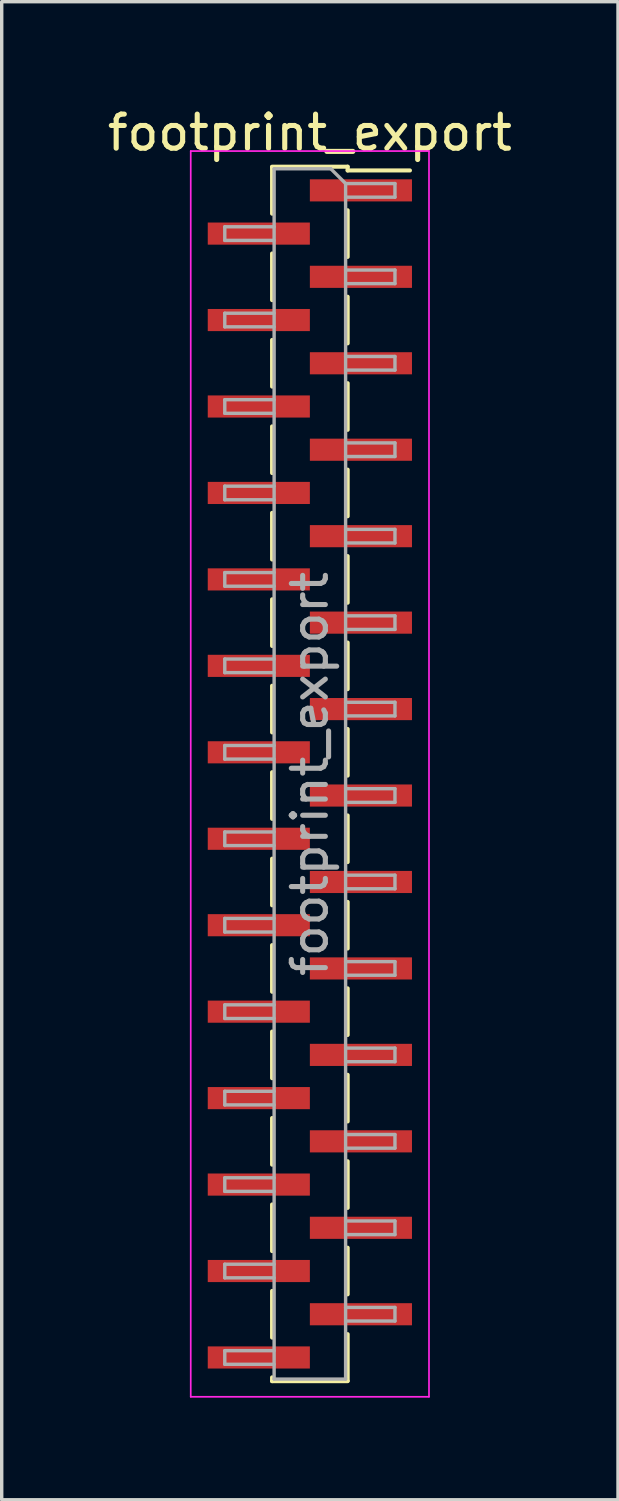
<source format=kicad_pcb>
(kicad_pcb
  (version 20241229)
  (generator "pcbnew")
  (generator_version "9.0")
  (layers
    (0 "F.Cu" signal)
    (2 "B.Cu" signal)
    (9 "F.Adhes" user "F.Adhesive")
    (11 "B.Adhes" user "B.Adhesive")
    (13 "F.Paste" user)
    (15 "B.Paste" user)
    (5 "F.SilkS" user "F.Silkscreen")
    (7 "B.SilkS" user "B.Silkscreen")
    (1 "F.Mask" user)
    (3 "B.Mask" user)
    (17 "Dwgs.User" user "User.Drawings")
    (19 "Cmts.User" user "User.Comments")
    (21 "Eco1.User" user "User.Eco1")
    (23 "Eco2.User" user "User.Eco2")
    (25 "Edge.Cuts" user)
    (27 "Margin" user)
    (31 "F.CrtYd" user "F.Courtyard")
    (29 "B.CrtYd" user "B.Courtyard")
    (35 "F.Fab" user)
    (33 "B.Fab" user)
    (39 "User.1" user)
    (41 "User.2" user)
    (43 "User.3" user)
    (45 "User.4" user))
  (footprint "footprint_export"
    (layer "F.Cu")
    (at 6.054 19.688)
    (property "Reference" "footprint_export" (at 0 -18.84 0) (layer "F.SilkS") (effects (font (size 1 1) (thickness 0.15))))
    (attr smd)
    (fp_line (start -1.11 -17.84) (end 1.11 -17.84) (stroke (width 0.12) (type solid)) (layer "F.SilkS"))
    (fp_line (start -1.11 -17.83) (end -1.11 -16.46) (stroke (width 0.12) (type solid)) (layer "F.SilkS"))
    (fp_line (start -1.11 -15.29) (end -1.11 -13.92) (stroke (width 0.12) (type solid)) (layer "F.SilkS"))
    (fp_line (start -1.11 -12.75) (end -1.11 -11.38) (stroke (width 0.12) (type solid)) (layer "F.SilkS"))
    (fp_line (start -1.11 -10.21) (end -1.11 -8.84) (stroke (width 0.12) (type solid)) (layer "F.SilkS"))
    (fp_line (start -1.11 -7.67) (end -1.11 -6.3) (stroke (width 0.12) (type solid)) (layer "F.SilkS"))
    (fp_line (start -1.11 -5.13) (end -1.11 -3.76) (stroke (width 0.12) (type solid)) (layer "F.SilkS"))
    (fp_line (start -1.11 -2.59) (end -1.11 -1.22) (stroke (width 0.12) (type solid)) (layer "F.SilkS"))
    (fp_line (start -1.11 -0.05) (end -1.11 1.32) (stroke (width 0.12) (type solid)) (layer "F.SilkS"))
    (fp_line (start -1.11 2.49) (end -1.11 3.86) (stroke (width 0.12) (type solid)) (layer "F.SilkS"))
    (fp_line (start -1.11 5.03) (end -1.11 6.4) (stroke (width 0.12) (type solid)) (layer "F.SilkS"))
    (fp_line (start -1.11 7.57) (end -1.11 8.94) (stroke (width 0.12) (type solid)) (layer "F.SilkS"))
    (fp_line (start -1.11 10.11) (end -1.11 11.48) (stroke (width 0.12) (type solid)) (layer "F.SilkS"))
    (fp_line (start -1.11 12.65) (end -1.11 14.02) (stroke (width 0.12) (type solid)) (layer "F.SilkS"))
    (fp_line (start -1.11 15.19) (end -1.11 16.56) (stroke (width 0.12) (type solid)) (layer "F.SilkS"))
    (fp_line (start -1.11 17.73) (end -1.11 17.84) (stroke (width 0.12) (type solid)) (layer "F.SilkS"))
    (fp_line (start -1.11 17.84) (end 1.11 17.84) (stroke (width 0.12) (type solid)) (layer "F.SilkS"))
    (fp_line (start 1.11 -17.84) (end 1.11 -17.73) (stroke (width 0.12) (type solid)) (layer "F.SilkS"))
    (fp_line (start 1.11 -17.73) (end 2.94 -17.73) (stroke (width 0.12) (type solid)) (layer "F.SilkS"))
    (fp_line (start 1.11 -16.56) (end 1.11 -15.19) (stroke (width 0.12) (type solid)) (layer "F.SilkS"))
    (fp_line (start 1.11 -14.02) (end 1.11 -12.65) (stroke (width 0.12) (type solid)) (layer "F.SilkS"))
    (fp_line (start 1.11 -11.48) (end 1.11 -10.11) (stroke (width 0.12) (type solid)) (layer "F.SilkS"))
    (fp_line (start 1.11 -8.94) (end 1.11 -7.57) (stroke (width 0.12) (type solid)) (layer "F.SilkS"))
    (fp_line (start 1.11 -6.4) (end 1.11 -5.03) (stroke (width 0.12) (type solid)) (layer "F.SilkS"))
    (fp_line (start 1.11 -3.86) (end 1.11 -2.49) (stroke (width 0.12) (type solid)) (layer "F.SilkS"))
    (fp_line (start 1.11 -1.32) (end 1.11 0.05) (stroke (width 0.12) (type solid)) (layer "F.SilkS"))
    (fp_line (start 1.11 1.22) (end 1.11 2.59) (stroke (width 0.12) (type solid)) (layer "F.SilkS"))
    (fp_line (start 1.11 3.76) (end 1.11 5.13) (stroke (width 0.12) (type solid)) (layer "F.SilkS"))
    (fp_line (start 1.11 6.3) (end 1.11 7.67) (stroke (width 0.12) (type solid)) (layer "F.SilkS"))
    (fp_line (start 1.11 8.84) (end 1.11 10.21) (stroke (width 0.12) (type solid)) (layer "F.SilkS"))
    (fp_line (start 1.11 11.38) (end 1.11 12.75) (stroke (width 0.12) (type solid)) (layer "F.SilkS"))
    (fp_line (start 1.11 13.92) (end 1.11 15.29) (stroke (width 0.12) (type solid)) (layer "F.SilkS"))
    (fp_line (start 1.11 16.46) (end 1.11 17.83) (stroke (width 0.12) (type solid)) (layer "F.SilkS"))
    (fp_line (start -3.5 -18.3) (end -3.5 18.3) (stroke (width 0.05) (type solid)) (layer "F.CrtYd"))
    (fp_line (start -3.5 18.3) (end 3.5 18.3) (stroke (width 0.05) (type solid)) (layer "F.CrtYd"))
    (fp_line (start 3.5 -18.3) (end -3.5 -18.3) (stroke (width 0.05) (type solid)) (layer "F.CrtYd"))
    (fp_line (start 3.5 18.3) (end 3.5 -18.3) (stroke (width 0.05) (type solid)) (layer "F.CrtYd"))
    (fp_line (start -2.5 -16.075) (end -2.5 -15.675) (stroke (width 0.1) (type solid)) (layer "F.Fab"))
    (fp_line (start -2.5 -15.675) (end -1.05 -15.675) (stroke (width 0.1) (type solid)) (layer "F.Fab"))
    (fp_line (start -2.5 -13.535) (end -2.5 -13.135) (stroke (width 0.1) (type solid)) (layer "F.Fab"))
    (fp_line (start -2.5 -13.135) (end -1.05 -13.135) (stroke (width 0.1) (type solid)) (layer "F.Fab"))
    (fp_line (start -2.5 -10.995) (end -2.5 -10.595) (stroke (width 0.1) (type solid)) (layer "F.Fab"))
    (fp_line (start -2.5 -10.595) (end -1.05 -10.595) (stroke (width 0.1) (type solid)) (layer "F.Fab"))
    (fp_line (start -2.5 -8.455) (end -2.5 -8.055) (stroke (width 0.1) (type solid)) (layer "F.Fab"))
    (fp_line (start -2.5 -8.055) (end -1.05 -8.055) (stroke (width 0.1) (type solid)) (layer "F.Fab"))
    (fp_line (start -2.5 -5.915) (end -2.5 -5.515) (stroke (width 0.1) (type solid)) (layer "F.Fab"))
    (fp_line (start -2.5 -5.515) (end -1.05 -5.515) (stroke (width 0.1) (type solid)) (layer "F.Fab"))
    (fp_line (start -2.5 -3.375) (end -2.5 -2.975) (stroke (width 0.1) (type solid)) (layer "F.Fab"))
    (fp_line (start -2.5 -2.975) (end -1.05 -2.975) (stroke (width 0.1) (type solid)) (layer "F.Fab"))
    (fp_line (start -2.5 -0.835) (end -2.5 -0.435) (stroke (width 0.1) (type solid)) (layer "F.Fab"))
    (fp_line (start -2.5 -0.435) (end -1.05 -0.435) (stroke (width 0.1) (type solid)) (layer "F.Fab"))
    (fp_line (start -2.5 1.705) (end -2.5 2.105) (stroke (width 0.1) (type solid)) (layer "F.Fab"))
    (fp_line (start -2.5 2.105) (end -1.05 2.105) (stroke (width 0.1) (type solid)) (layer "F.Fab"))
    (fp_line (start -2.5 4.245) (end -2.5 4.645) (stroke (width 0.1) (type solid)) (layer "F.Fab"))
    (fp_line (start -2.5 4.645) (end -1.05 4.645) (stroke (width 0.1) (type solid)) (layer "F.Fab"))
    (fp_line (start -2.5 6.785) (end -2.5 7.185) (stroke (width 0.1) (type solid)) (layer "F.Fab"))
    (fp_line (start -2.5 7.185) (end -1.05 7.185) (stroke (width 0.1) (type solid)) (layer "F.Fab"))
    (fp_line (start -2.5 9.325) (end -2.5 9.725) (stroke (width 0.1) (type solid)) (layer "F.Fab"))
    (fp_line (start -2.5 9.725) (end -1.05 9.725) (stroke (width 0.1) (type solid)) (layer "F.Fab"))
    (fp_line (start -2.5 11.865) (end -2.5 12.265) (stroke (width 0.1) (type solid)) (layer "F.Fab"))
    (fp_line (start -2.5 12.265) (end -1.05 12.265) (stroke (width 0.1) (type solid)) (layer "F.Fab"))
    (fp_line (start -2.5 14.405) (end -2.5 14.805) (stroke (width 0.1) (type solid)) (layer "F.Fab"))
    (fp_line (start -2.5 14.805) (end -1.05 14.805) (stroke (width 0.1) (type solid)) (layer "F.Fab"))
    (fp_line (start -2.5 16.945) (end -2.5 17.345) (stroke (width 0.1) (type solid)) (layer "F.Fab"))
    (fp_line (start -2.5 17.345) (end -1.05 17.345) (stroke (width 0.1) (type solid)) (layer "F.Fab"))
    (fp_line (start -1.05 -17.78) (end -1.05 17.78) (stroke (width 0.1) (type solid)) (layer "F.Fab"))
    (fp_line (start -1.05 -17.78) (end 0.615 -17.78) (stroke (width 0.1) (type solid)) (layer "F.Fab"))
    (fp_line (start -1.05 -16.075) (end -2.5 -16.075) (stroke (width 0.1) (type solid)) (layer "F.Fab"))
    (fp_line (start -1.05 -13.535) (end -2.5 -13.535) (stroke (width 0.1) (type solid)) (layer "F.Fab"))
    (fp_line (start -1.05 -10.995) (end -2.5 -10.995) (stroke (width 0.1) (type solid)) (layer "F.Fab"))
    (fp_line (start -1.05 -8.455) (end -2.5 -8.455) (stroke (width 0.1) (type solid)) (layer "F.Fab"))
    (fp_line (start -1.05 -5.915) (end -2.5 -5.915) (stroke (width 0.1) (type solid)) (layer "F.Fab"))
    (fp_line (start -1.05 -3.375) (end -2.5 -3.375) (stroke (width 0.1) (type solid)) (layer "F.Fab"))
    (fp_line (start -1.05 -0.835) (end -2.5 -0.835) (stroke (width 0.1) (type solid)) (layer "F.Fab"))
    (fp_line (start -1.05 1.705) (end -2.5 1.705) (stroke (width 0.1) (type solid)) (layer "F.Fab"))
    (fp_line (start -1.05 4.245) (end -2.5 4.245) (stroke (width 0.1) (type solid)) (layer "F.Fab"))
    (fp_line (start -1.05 6.785) (end -2.5 6.785) (stroke (width 0.1) (type solid)) (layer "F.Fab"))
    (fp_line (start -1.05 9.325) (end -2.5 9.325) (stroke (width 0.1) (type solid)) (layer "F.Fab"))
    (fp_line (start -1.05 11.865) (end -2.5 11.865) (stroke (width 0.1) (type solid)) (layer "F.Fab"))
    (fp_line (start -1.05 14.405) (end -2.5 14.405) (stroke (width 0.1) (type solid)) (layer "F.Fab"))
    (fp_line (start -1.05 16.945) (end -2.5 16.945) (stroke (width 0.1) (type solid)) (layer "F.Fab"))
    (fp_line (start 1.05 -17.345) (end 0.615 -17.78) (stroke (width 0.1) (type solid)) (layer "F.Fab"))
    (fp_line (start 1.05 -17.345) (end 2.5 -17.345) (stroke (width 0.1) (type solid)) (layer "F.Fab"))
    (fp_line (start 1.05 -14.805) (end 2.5 -14.805) (stroke (width 0.1) (type solid)) (layer "F.Fab"))
    (fp_line (start 1.05 -12.265) (end 2.5 -12.265) (stroke (width 0.1) (type solid)) (layer "F.Fab"))
    (fp_line (start 1.05 -9.725) (end 2.5 -9.725) (stroke (width 0.1) (type solid)) (layer "F.Fab"))
    (fp_line (start 1.05 -7.185) (end 2.5 -7.185) (stroke (width 0.1) (type solid)) (layer "F.Fab"))
    (fp_line (start 1.05 -4.645) (end 2.5 -4.645) (stroke (width 0.1) (type solid)) (layer "F.Fab"))
    (fp_line (start 1.05 -2.105) (end 2.5 -2.105) (stroke (width 0.1) (type solid)) (layer "F.Fab"))
    (fp_line (start 1.05 0.435) (end 2.5 0.435) (stroke (width 0.1) (type solid)) (layer "F.Fab"))
    (fp_line (start 1.05 2.975) (end 2.5 2.975) (stroke (width 0.1) (type solid)) (layer "F.Fab"))
    (fp_line (start 1.05 5.515) (end 2.5 5.515) (stroke (width 0.1) (type solid)) (layer "F.Fab"))
    (fp_line (start 1.05 8.055) (end 2.5 8.055) (stroke (width 0.1) (type solid)) (layer "F.Fab"))
    (fp_line (start 1.05 10.595) (end 2.5 10.595) (stroke (width 0.1) (type solid)) (layer "F.Fab"))
    (fp_line (start 1.05 13.135) (end 2.5 13.135) (stroke (width 0.1) (type solid)) (layer "F.Fab"))
    (fp_line (start 1.05 15.675) (end 2.5 15.675) (stroke (width 0.1) (type solid)) (layer "F.Fab"))
    (fp_line (start 1.05 17.78) (end -1.05 17.78) (stroke (width 0.1) (type solid)) (layer "F.Fab"))
    (fp_line (start 1.05 17.78) (end 1.05 -17.345) (stroke (width 0.1) (type solid)) (layer "F.Fab"))
    (fp_line (start 2.5 -17.345) (end 2.5 -16.945) (stroke (width 0.1) (type solid)) (layer "F.Fab"))
    (fp_line (start 2.5 -16.945) (end 1.05 -16.945) (stroke (width 0.1) (type solid)) (layer "F.Fab"))
    (fp_line (start 2.5 -14.805) (end 2.5 -14.405) (stroke (width 0.1) (type solid)) (layer "F.Fab"))
    (fp_line (start 2.5 -14.405) (end 1.05 -14.405) (stroke (width 0.1) (type solid)) (layer "F.Fab"))
    (fp_line (start 2.5 -12.265) (end 2.5 -11.865) (stroke (width 0.1) (type solid)) (layer "F.Fab"))
    (fp_line (start 2.5 -11.865) (end 1.05 -11.865) (stroke (width 0.1) (type solid)) (layer "F.Fab"))
    (fp_line (start 2.5 -9.725) (end 2.5 -9.325) (stroke (width 0.1) (type solid)) (layer "F.Fab"))
    (fp_line (start 2.5 -9.325) (end 1.05 -9.325) (stroke (width 0.1) (type solid)) (layer "F.Fab"))
    (fp_line (start 2.5 -7.185) (end 2.5 -6.785) (stroke (width 0.1) (type solid)) (layer "F.Fab"))
    (fp_line (start 2.5 -6.785) (end 1.05 -6.785) (stroke (width 0.1) (type solid)) (layer "F.Fab"))
    (fp_line (start 2.5 -4.645) (end 2.5 -4.245) (stroke (width 0.1) (type solid)) (layer "F.Fab"))
    (fp_line (start 2.5 -4.245) (end 1.05 -4.245) (stroke (width 0.1) (type solid)) (layer "F.Fab"))
    (fp_line (start 2.5 -2.105) (end 2.5 -1.705) (stroke (width 0.1) (type solid)) (layer "F.Fab"))
    (fp_line (start 2.5 -1.705) (end 1.05 -1.705) (stroke (width 0.1) (type solid)) (layer "F.Fab"))
    (fp_line (start 2.5 0.435) (end 2.5 0.835) (stroke (width 0.1) (type solid)) (layer "F.Fab"))
    (fp_line (start 2.5 0.835) (end 1.05 0.835) (stroke (width 0.1) (type solid)) (layer "F.Fab"))
    (fp_line (start 2.5 2.975) (end 2.5 3.375) (stroke (width 0.1) (type solid)) (layer "F.Fab"))
    (fp_line (start 2.5 3.375) (end 1.05 3.375) (stroke (width 0.1) (type solid)) (layer "F.Fab"))
    (fp_line (start 2.5 5.515) (end 2.5 5.915) (stroke (width 0.1) (type solid)) (layer "F.Fab"))
    (fp_line (start 2.5 5.915) (end 1.05 5.915) (stroke (width 0.1) (type solid)) (layer "F.Fab"))
    (fp_line (start 2.5 8.055) (end 2.5 8.455) (stroke (width 0.1) (type solid)) (layer "F.Fab"))
    (fp_line (start 2.5 8.455) (end 1.05 8.455) (stroke (width 0.1) (type solid)) (layer "F.Fab"))
    (fp_line (start 2.5 10.595) (end 2.5 10.995) (stroke (width 0.1) (type solid)) (layer "F.Fab"))
    (fp_line (start 2.5 10.995) (end 1.05 10.995) (stroke (width 0.1) (type solid)) (layer "F.Fab"))
    (fp_line (start 2.5 13.135) (end 2.5 13.535) (stroke (width 0.1) (type solid)) (layer "F.Fab"))
    (fp_line (start 2.5 13.535) (end 1.05 13.535) (stroke (width 0.1) (type solid)) (layer "F.Fab"))
    (fp_line (start 2.5 15.675) (end 2.5 16.075) (stroke (width 0.1) (type solid)) (layer "F.Fab"))
    (fp_line (start 2.5 16.075) (end 1.05 16.075) (stroke (width 0.1) (type solid)) (layer "F.Fab"))
    (fp_text user "${REFERENCE}" (at 0 0 90) (layer "F.Fab") (effects (font (size 1 1) (thickness 0.15))))
    (pad "1" smd rect (at 1.5 -17.145) (size 3 0.65) (layers "F.Cu" "F.Mask" "F.Paste"))
    (pad "2" smd rect (at -1.5 -15.875) (size 3 0.65) (layers "F.Cu" "F.Mask" "F.Paste"))
    (pad "3" smd rect (at 1.5 -14.605) (size 3 0.65) (layers "F.Cu" "F.Mask" "F.Paste"))
    (pad "4" smd rect (at -1.5 -13.335) (size 3 0.65) (layers "F.Cu" "F.Mask" "F.Paste"))
    (pad "5" smd rect (at 1.5 -12.065) (size 3 0.65) (layers "F.Cu" "F.Mask" "F.Paste"))
    (pad "6" smd rect (at -1.5 -10.795) (size 3 0.65) (layers "F.Cu" "F.Mask" "F.Paste"))
    (pad "7" smd rect (at 1.5 -9.525) (size 3 0.65) (layers "F.Cu" "F.Mask" "F.Paste"))
    (pad "8" smd rect (at -1.5 -8.255) (size 3 0.65) (layers "F.Cu" "F.Mask" "F.Paste"))
    (pad "9" smd rect (at 1.5 -6.985) (size 3 0.65) (layers "F.Cu" "F.Mask" "F.Paste"))
    (pad "10" smd rect (at -1.5 -5.715) (size 3 0.65) (layers "F.Cu" "F.Mask" "F.Paste"))
    (pad "11" smd rect (at 1.5 -4.445) (size 3 0.65) (layers "F.Cu" "F.Mask" "F.Paste"))
    (pad "12" smd rect (at -1.5 -3.175) (size 3 0.65) (layers "F.Cu" "F.Mask" "F.Paste"))
    (pad "13" smd rect (at 1.5 -1.905) (size 3 0.65) (layers "F.Cu" "F.Mask" "F.Paste"))
    (pad "14" smd rect (at -1.5 -0.635) (size 3 0.65) (layers "F.Cu" "F.Mask" "F.Paste"))
    (pad "15" smd rect (at 1.5 0.635) (size 3 0.65) (layers "F.Cu" "F.Mask" "F.Paste"))
    (pad "16" smd rect (at -1.5 1.905) (size 3 0.65) (layers "F.Cu" "F.Mask" "F.Paste"))
    (pad "17" smd rect (at 1.5 3.175) (size 3 0.65) (layers "F.Cu" "F.Mask" "F.Paste"))
    (pad "18" smd rect (at -1.5 4.445) (size 3 0.65) (layers "F.Cu" "F.Mask" "F.Paste"))
    (pad "19" smd rect (at 1.5 5.715) (size 3 0.65) (layers "F.Cu" "F.Mask" "F.Paste"))
    (pad "20" smd rect (at -1.5 6.985) (size 3 0.65) (layers "F.Cu" "F.Mask" "F.Paste"))
    (pad "21" smd rect (at 1.5 8.255) (size 3 0.65) (layers "F.Cu" "F.Mask" "F.Paste"))
    (pad "22" smd rect (at -1.5 9.525) (size 3 0.65) (layers "F.Cu" "F.Mask" "F.Paste"))
    (pad "23" smd rect (at 1.5 10.795) (size 3 0.65) (layers "F.Cu" "F.Mask" "F.Paste"))
    (pad "24" smd rect (at -1.5 12.065) (size 3 0.65) (layers "F.Cu" "F.Mask" "F.Paste"))
    (pad "25" smd rect (at 1.5 13.335) (size 3 0.65) (layers "F.Cu" "F.Mask" "F.Paste"))
    (pad "26" smd rect (at -1.5 14.605) (size 3 0.65) (layers "F.Cu" "F.Mask" "F.Paste"))
    (pad "27" smd rect (at 1.5 15.875) (size 3 0.65) (layers "F.Cu" "F.Mask" "F.Paste"))
    (pad "28" smd rect (at -1.5 17.145) (size 3 0.65) (layers "F.Cu" "F.Mask" "F.Paste")))
  (gr_rect
    (start -3 -3)
    (end 15.107 41.013)
    (stroke (width 0.1) (type default))
    (fill no)
    (layer "Edge.Cuts")))
</source>
